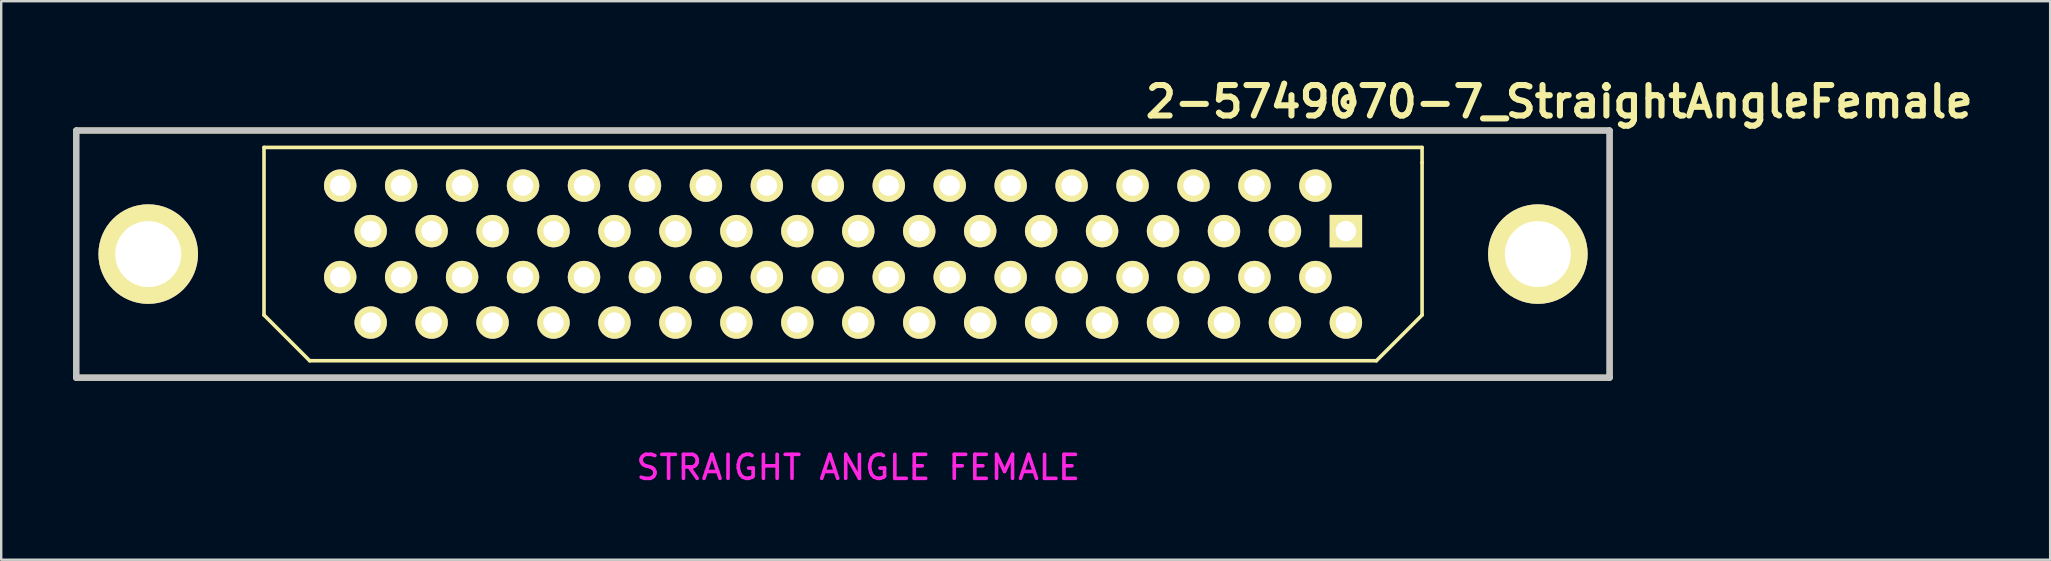
<source format=kicad_pcb>
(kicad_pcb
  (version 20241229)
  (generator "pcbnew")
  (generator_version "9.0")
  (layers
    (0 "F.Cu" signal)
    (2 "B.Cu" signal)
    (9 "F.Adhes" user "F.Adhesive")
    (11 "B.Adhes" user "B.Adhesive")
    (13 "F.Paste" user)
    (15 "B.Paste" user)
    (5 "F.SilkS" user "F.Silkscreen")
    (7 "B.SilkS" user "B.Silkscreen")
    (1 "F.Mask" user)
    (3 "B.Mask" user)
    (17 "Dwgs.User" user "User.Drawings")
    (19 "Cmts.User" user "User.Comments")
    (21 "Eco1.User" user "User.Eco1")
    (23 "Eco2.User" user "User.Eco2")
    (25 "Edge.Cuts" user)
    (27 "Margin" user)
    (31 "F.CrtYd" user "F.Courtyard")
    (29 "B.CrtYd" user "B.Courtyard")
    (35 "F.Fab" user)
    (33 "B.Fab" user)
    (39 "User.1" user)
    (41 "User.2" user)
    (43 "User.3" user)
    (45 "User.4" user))
  (footprint "2-5749070-7_StraightAngleFemale"
    (layer "F.Cu")
    (at 29.542 7.539)
    (property "Reference" "2-5749070-7_StraightAngleFemale" (at 32.385 -6.35 0) (layer "F.SilkS") (effects (font (size 1.27 1.27) (thickness 0.254))))
    (attr through_hole)
    (fp_line (start -29.415 -5.15) (end -29.415 5.15) (stroke (width 0.254) (type solid)) (layer "F.SilkS"))
    (fp_line (start -29.415 5.15) (end 34.485 5.15) (stroke (width 0.254) (type solid)) (layer "F.SilkS"))
    (fp_line (start -21.59 -4.445) (end -21.59 2.54) (stroke (width 0.15) (type solid)) (layer "F.SilkS"))
    (fp_line (start -21.59 2.54) (end -19.685 4.445) (stroke (width 0.15) (type solid)) (layer "F.SilkS"))
    (fp_line (start -19.685 4.445) (end 24.765 4.445) (stroke (width 0.15) (type solid)) (layer "F.SilkS"))
    (fp_line (start 24.765 4.445) (end 26.67 2.54) (stroke (width 0.15) (type solid)) (layer "F.SilkS"))
    (fp_line (start 26.67 -4.445) (end -21.59 -4.445) (stroke (width 0.15) (type solid)) (layer "F.SilkS"))
    (fp_line (start 26.67 -3.81) (end 26.67 -4.445) (stroke (width 0.15) (type solid)) (layer "F.SilkS"))
    (fp_line (start 26.67 2.54) (end 26.67 -3.81) (stroke (width 0.15) (type solid)) (layer "F.SilkS"))
    (fp_line (start 34.485 -5.15) (end -29.415 -5.15) (stroke (width 0.254) (type solid)) (layer "F.SilkS"))
    (fp_line (start 34.485 5.15) (end 34.485 -5.15) (stroke (width 0.254) (type solid)) (layer "F.SilkS"))
    (fp_circle (center 23.606 -6.335) (end 23.816 -6.335) (stroke (width 0.254) (type solid)) (fill no) (layer "F.SilkS"))
    (fp_line (start -29.415 -5.15) (end -29.415 5.15) (stroke (width 0.254) (type solid)) (layer "Dwgs.User"))
    (fp_line (start -29.415 5.15) (end 34.485 5.15) (stroke (width 0.254) (type solid)) (layer "Dwgs.User"))
    (fp_line (start 34.485 -5.15) (end -29.415 -5.15) (stroke (width 0.254) (type solid)) (layer "Dwgs.User"))
    (fp_line (start 34.485 5.15) (end 34.485 -5.15) (stroke (width 0.254) (type solid)) (layer "Dwgs.User"))
    (fp_text user "STRAIGHT ANGLE FEMALE" (at 3.175 8.89 0) (layer "F.CrtYd") (effects (font (size 1 1) (thickness 0.15))))
    (pad "1" thru_hole rect (at 23.495 -0.958 270) (size 1.35 1.35) (drill 0.85) (layers "*.Cu" "*.Mask" "F.SilkS"))
    (pad "2" thru_hole circle (at 22.225 -2.853 270) (size 1.35 1.35) (drill 0.85) (layers "*.Cu" "*.Mask" "F.SilkS"))
    (pad "3" thru_hole circle (at 20.955 -0.958 270) (size 1.35 1.35) (drill 0.85) (layers "*.Cu" "*.Mask" "F.SilkS"))
    (pad "4" thru_hole circle (at 19.685 -2.853 270) (size 1.35 1.35) (drill 0.85) (layers "*.Cu" "*.Mask" "F.SilkS"))
    (pad "5" thru_hole circle (at 18.415 -0.958 270) (size 1.35 1.35) (drill 0.85) (layers "*.Cu" "*.Mask" "F.SilkS"))
    (pad "6" thru_hole circle (at 17.145 -2.853 270) (size 1.35 1.35) (drill 0.85) (layers "*.Cu" "*.Mask" "F.SilkS"))
    (pad "7" thru_hole circle (at 15.875 -0.958 270) (size 1.35 1.35) (drill 0.85) (layers "*.Cu" "*.Mask" "F.SilkS"))
    (pad "8" thru_hole circle (at 14.605 -2.853 270) (size 1.35 1.35) (drill 0.85) (layers "*.Cu" "*.Mask" "F.SilkS"))
    (pad "9" thru_hole circle (at 13.335 -0.958 270) (size 1.35 1.35) (drill 0.85) (layers "*.Cu" "*.Mask" "F.SilkS"))
    (pad "10" thru_hole circle (at 12.065 -2.853 270) (size 1.35 1.35) (drill 0.85) (layers "*.Cu" "*.Mask" "F.SilkS"))
    (pad "11" thru_hole circle (at 10.795 -0.958 270) (size 1.35 1.35) (drill 0.85) (layers "*.Cu" "*.Mask" "F.SilkS"))
    (pad "12" thru_hole circle (at 9.525 -2.853 270) (size 1.35 1.35) (drill 0.85) (layers "*.Cu" "*.Mask" "F.SilkS"))
    (pad "13" thru_hole circle (at 8.255 -0.958 270) (size 1.35 1.35) (drill 0.85) (layers "*.Cu" "*.Mask" "F.SilkS"))
    (pad "14" thru_hole circle (at 6.985 -2.853 270) (size 1.35 1.35) (drill 0.85) (layers "*.Cu" "*.Mask" "F.SilkS"))
    (pad "15" thru_hole circle (at 5.715 -0.958 270) (size 1.35 1.35) (drill 0.85) (layers "*.Cu" "*.Mask" "F.SilkS"))
    (pad "16" thru_hole circle (at 4.445 -2.853 270) (size 1.35 1.35) (drill 0.85) (layers "*.Cu" "*.Mask" "F.SilkS"))
    (pad "17" thru_hole circle (at 3.175 -0.958 270) (size 1.35 1.35) (drill 0.85) (layers "*.Cu" "*.Mask" "F.SilkS"))
    (pad "18" thru_hole circle (at 1.905 -2.853 270) (size 1.35 1.35) (drill 0.85) (layers "*.Cu" "*.Mask" "F.SilkS"))
    (pad "19" thru_hole circle (at 0.635 -0.958 270) (size 1.35 1.35) (drill 0.85) (layers "*.Cu" "*.Mask" "F.SilkS"))
    (pad "20" thru_hole circle (at -0.635 -2.853 270) (size 1.35 1.35) (drill 0.85) (layers "*.Cu" "*.Mask" "F.SilkS"))
    (pad "21" thru_hole circle (at -1.905 -0.958 270) (size 1.35 1.35) (drill 0.85) (layers "*.Cu" "*.Mask" "F.SilkS"))
    (pad "22" thru_hole circle (at -3.175 -2.853 270) (size 1.35 1.35) (drill 0.85) (layers "*.Cu" "*.Mask" "F.SilkS"))
    (pad "23" thru_hole circle (at -4.445 -0.958 270) (size 1.35 1.35) (drill 0.85) (layers "*.Cu" "*.Mask" "F.SilkS"))
    (pad "24" thru_hole circle (at -5.715 -2.853 270) (size 1.35 1.35) (drill 0.85) (layers "*.Cu" "*.Mask" "F.SilkS"))
    (pad "25" thru_hole circle (at -6.985 -0.958 270) (size 1.35 1.35) (drill 0.85) (layers "*.Cu" "*.Mask" "F.SilkS"))
    (pad "26" thru_hole circle (at -8.255 -2.853 270) (size 1.35 1.35) (drill 0.85) (layers "*.Cu" "*.Mask" "F.SilkS"))
    (pad "27" thru_hole circle (at -9.525 -0.958 270) (size 1.35 1.35) (drill 0.85) (layers "*.Cu" "*.Mask" "F.SilkS"))
    (pad "28" thru_hole circle (at -10.795 -2.853 270) (size 1.35 1.35) (drill 0.85) (layers "*.Cu" "*.Mask" "F.SilkS"))
    (pad "29" thru_hole circle (at -12.065 -0.958 270) (size 1.35 1.35) (drill 0.85) (layers "*.Cu" "*.Mask" "F.SilkS"))
    (pad "30" thru_hole circle (at -13.335 -2.853 270) (size 1.35 1.35) (drill 0.85) (layers "*.Cu" "*.Mask" "F.SilkS"))
    (pad "31" thru_hole circle (at -14.605 -0.958 270) (size 1.35 1.35) (drill 0.85) (layers "*.Cu" "*.Mask" "F.SilkS"))
    (pad "32" thru_hole circle (at -15.875 -2.853 270) (size 1.35 1.35) (drill 0.85) (layers "*.Cu" "*.Mask" "F.SilkS"))
    (pad "33" thru_hole circle (at -17.145 -0.958 270) (size 1.35 1.35) (drill 0.85) (layers "*.Cu" "*.Mask" "F.SilkS"))
    (pad "34" thru_hole circle (at -18.415 -2.853 270) (size 1.35 1.35) (drill 0.85) (layers "*.Cu" "*.Mask" "F.SilkS"))
    (pad "35" thru_hole circle (at 23.495 2.853 270) (size 1.35 1.35) (drill 0.85) (layers "*.Cu" "*.Mask" "F.SilkS"))
    (pad "36" thru_hole circle (at 22.225 0.958 270) (size 1.35 1.35) (drill 0.85) (layers "*.Cu" "*.Mask" "F.SilkS"))
    (pad "37" thru_hole circle (at 20.955 2.853 270) (size 1.35 1.35) (drill 0.85) (layers "*.Cu" "*.Mask" "F.SilkS"))
    (pad "38" thru_hole circle (at 19.685 0.958 270) (size 1.35 1.35) (drill 0.85) (layers "*.Cu" "*.Mask" "F.SilkS"))
    (pad "39" thru_hole circle (at 18.415 2.853 270) (size 1.35 1.35) (drill 0.85) (layers "*.Cu" "*.Mask" "F.SilkS"))
    (pad "40" thru_hole circle (at 17.145 0.958 270) (size 1.35 1.35) (drill 0.85) (layers "*.Cu" "*.Mask" "F.SilkS"))
    (pad "41" thru_hole circle (at 15.875 2.853 270) (size 1.35 1.35) (drill 0.85) (layers "*.Cu" "*.Mask" "F.SilkS"))
    (pad "42" thru_hole circle (at 14.605 0.958 270) (size 1.35 1.35) (drill 0.85) (layers "*.Cu" "*.Mask" "F.SilkS"))
    (pad "43" thru_hole circle (at 13.335 2.853 270) (size 1.35 1.35) (drill 0.85) (layers "*.Cu" "*.Mask" "F.SilkS"))
    (pad "44" thru_hole circle (at 12.065 0.958 270) (size 1.35 1.35) (drill 0.85) (layers "*.Cu" "*.Mask" "F.SilkS"))
    (pad "45" thru_hole circle (at 10.795 2.853 270) (size 1.35 1.35) (drill 0.85) (layers "*.Cu" "*.Mask" "F.SilkS"))
    (pad "46" thru_hole circle (at 9.525 0.958 270) (size 1.35 1.35) (drill 0.85) (layers "*.Cu" "*.Mask" "F.SilkS"))
    (pad "47" thru_hole circle (at 8.255 2.853 270) (size 1.35 1.35) (drill 0.85) (layers "*.Cu" "*.Mask" "F.SilkS"))
    (pad "48" thru_hole circle (at 6.985 0.958 270) (size 1.35 1.35) (drill 0.85) (layers "*.Cu" "*.Mask" "F.SilkS"))
    (pad "49" thru_hole circle (at 5.715 2.853 270) (size 1.35 1.35) (drill 0.85) (layers "*.Cu" "*.Mask" "F.SilkS"))
    (pad "50" thru_hole circle (at 4.445 0.958 270) (size 1.35 1.35) (drill 0.85) (layers "*.Cu" "*.Mask" "F.SilkS"))
    (pad "51" thru_hole circle (at 3.175 2.853 270) (size 1.35 1.35) (drill 0.85) (layers "*.Cu" "*.Mask" "F.SilkS"))
    (pad "52" thru_hole circle (at 1.905 0.958 270) (size 1.35 1.35) (drill 0.85) (layers "*.Cu" "*.Mask" "F.SilkS"))
    (pad "53" thru_hole circle (at 0.635 2.853 270) (size 1.35 1.35) (drill 0.85) (layers "*.Cu" "*.Mask" "F.SilkS"))
    (pad "54" thru_hole circle (at -0.635 0.958 270) (size 1.35 1.35) (drill 0.85) (layers "*.Cu" "*.Mask" "F.SilkS"))
    (pad "55" thru_hole circle (at -1.905 2.853 270) (size 1.35 1.35) (drill 0.85) (layers "*.Cu" "*.Mask" "F.SilkS"))
    (pad "56" thru_hole circle (at -3.175 0.958 270) (size 1.35 1.35) (drill 0.85) (layers "*.Cu" "*.Mask" "F.SilkS"))
    (pad "57" thru_hole circle (at -4.445 2.853 270) (size 1.35 1.35) (drill 0.85) (layers "*.Cu" "*.Mask" "F.SilkS"))
    (pad "58" thru_hole circle (at -5.715 0.958 270) (size 1.35 1.35) (drill 0.85) (layers "*.Cu" "*.Mask" "F.SilkS"))
    (pad "59" thru_hole circle (at -6.985 2.853 270) (size 1.35 1.35) (drill 0.85) (layers "*.Cu" "*.Mask" "F.SilkS"))
    (pad "60" thru_hole circle (at -8.255 0.958 270) (size 1.35 1.35) (drill 0.85) (layers "*.Cu" "*.Mask" "F.SilkS"))
    (pad "61" thru_hole circle (at -9.525 2.853 270) (size 1.35 1.35) (drill 0.85) (layers "*.Cu" "*.Mask" "F.SilkS"))
    (pad "62" thru_hole circle (at -10.795 0.958 270) (size 1.35 1.35) (drill 0.85) (layers "*.Cu" "*.Mask" "F.SilkS"))
    (pad "63" thru_hole circle (at -12.065 2.853 270) (size 1.35 1.35) (drill 0.85) (layers "*.Cu" "*.Mask" "F.SilkS"))
    (pad "64" thru_hole circle (at -13.335 0.958 270) (size 1.35 1.35) (drill 0.85) (layers "*.Cu" "*.Mask" "F.SilkS"))
    (pad "65" thru_hole circle (at -14.605 2.853 270) (size 1.35 1.35) (drill 0.85) (layers "*.Cu" "*.Mask" "F.SilkS"))
    (pad "66" thru_hole circle (at -15.875 0.958 270) (size 1.35 1.35) (drill 0.85) (layers "*.Cu" "*.Mask" "F.SilkS"))
    (pad "67" thru_hole circle (at -17.145 2.853 270) (size 1.35 1.35) (drill 0.85) (layers "*.Cu" "*.Mask" "F.SilkS"))
    (pad "68" thru_hole circle (at -18.415 0.958 270) (size 1.35 1.35) (drill 0.85) (layers "*.Cu" "*.Mask" "F.SilkS"))
    (pad "69" thru_hole circle (at -26.415 0 270) (size 4.15 4.15) (drill 2.75) (layers "*.Cu" "*.Mask" "F.SilkS"))
    (pad "70" thru_hole circle (at 31.495 0 270) (size 4.15 4.15) (drill 2.75) (layers "*.Cu" "*.Mask" "F.SilkS")))
  (gr_rect
    (start -3 -3)
    (end 82.386 20.277)
    (stroke (width 0.1) (type default))
    (fill no)
    (layer "Edge.Cuts")))
</source>
